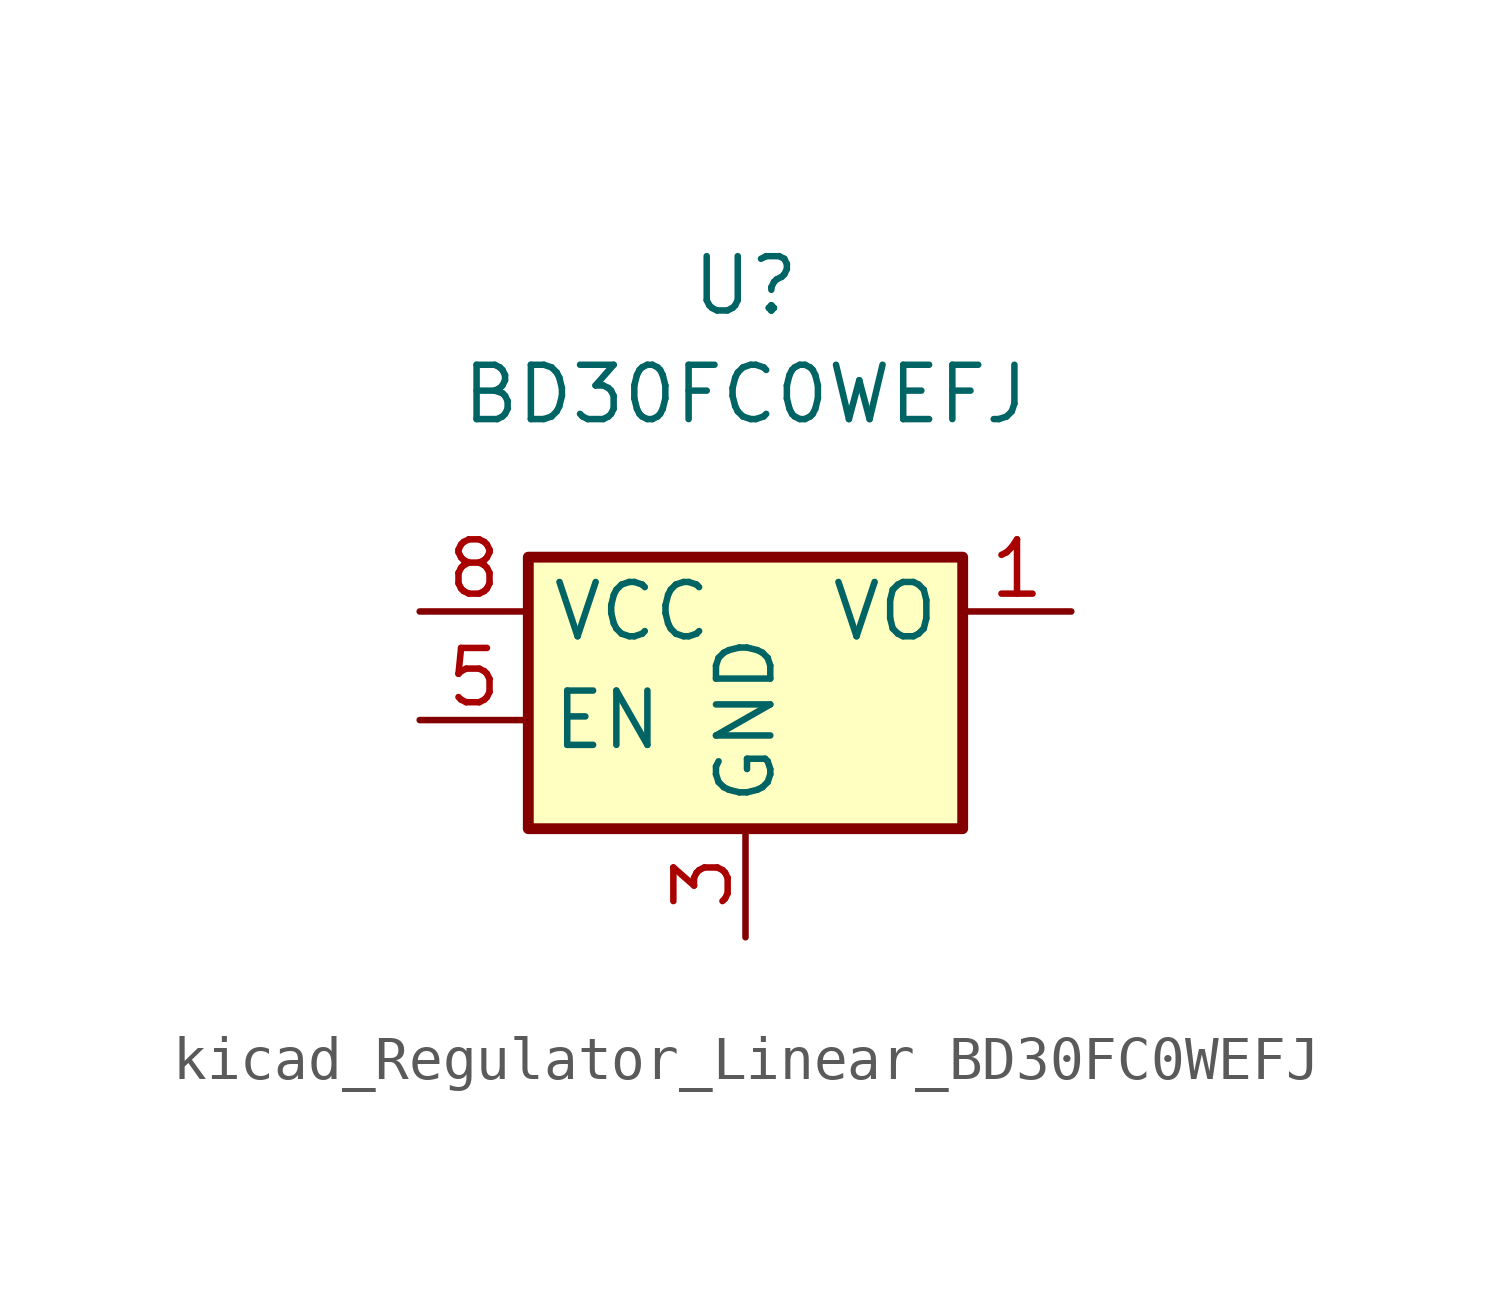
<source format=kicad_sym>
(kicad_symbol_lib
  (version 20220914)
  (generator kicad_symbol_editor)
  (symbol "kicad_Regulator_Linear_BD30FC0WEFJ"
    (property "Reference" "U"
      (at 0 7.62 0)
      (effects (font (size 1.27 1.27))))
    (property "Value" "BD30FC0WEFJ"
      (at 0 5.08 0)
      (effects (font (size 1.27 1.27))))
    (symbol "kicad_Regulator_Linear_BD30FC0WEFJ_1_1"
      (rectangle (start -5.08 -5.08) (end 5.08 1.27) (stroke (width 0.254) (type default)) (fill (type background)))
      (pin power_out line (at 7.62 0 180) (length 2.54) (name "VO" (effects (font (size 1.27 1.27)))) (number "1" (effects (font (size 1.27 1.27)))))
      (pin no_connect line (at 5.08 -2.54 180) (length 2.54) hide (name "NC" (effects (font (size 1.27 1.27)))) (number "2" (effects (font (size 1.27 1.27)))))
      (pin power_in line (at 0 -7.62 90) (length 2.54) (name "GND" (effects (font (size 1.27 1.27)))) (number "3" (effects (font (size 1.27 1.27)))))
      (pin no_connect line (at -3.81 -5.08 90) (length 2.54) hide (name "NC" (effects (font (size 1.27 1.27)))) (number "4" (effects (font (size 1.27 1.27)))))
      (pin input line (at -7.62 -2.54 0) (length 2.54) (name "EN" (effects (font (size 1.27 1.27)))) (number "5" (effects (font (size 1.27 1.27)))))
      (pin no_connect line (at -2.54 -5.08 90) (length 2.54) hide (name "NC" (effects (font (size 1.27 1.27)))) (number "6" (effects (font (size 1.27 1.27)))))
      (pin no_connect line (at -1.27 -5.08 90) (length 2.54) hide (name "NC" (effects (font (size 1.27 1.27)))) (number "7" (effects (font (size 1.27 1.27)))))
      (pin power_in line (at -7.62 0 0) (length 2.54) (name "VCC" (effects (font (size 1.27 1.27)))) (number "8" (effects (font (size 1.27 1.27)))))
      (pin passive line (at 0 -7.62 90) (length 2.54) hide (name "GND" (effects (font (size 1.27 1.27)))) (number "9" (effects (font (size 1.27 1.27))))))))
</source>
